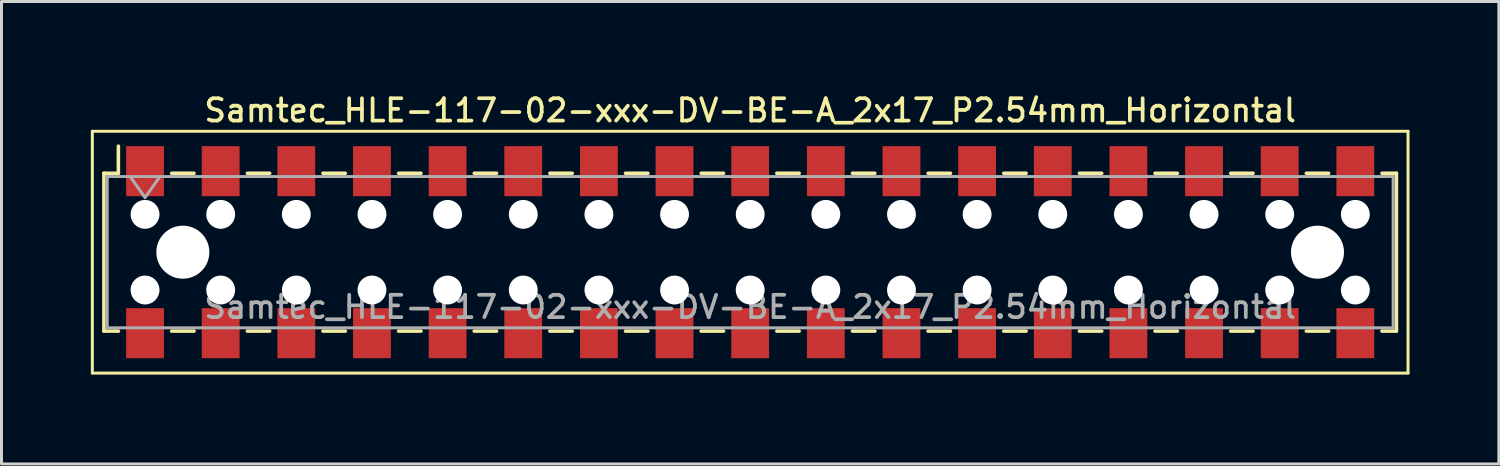
<source format=kicad_pcb>
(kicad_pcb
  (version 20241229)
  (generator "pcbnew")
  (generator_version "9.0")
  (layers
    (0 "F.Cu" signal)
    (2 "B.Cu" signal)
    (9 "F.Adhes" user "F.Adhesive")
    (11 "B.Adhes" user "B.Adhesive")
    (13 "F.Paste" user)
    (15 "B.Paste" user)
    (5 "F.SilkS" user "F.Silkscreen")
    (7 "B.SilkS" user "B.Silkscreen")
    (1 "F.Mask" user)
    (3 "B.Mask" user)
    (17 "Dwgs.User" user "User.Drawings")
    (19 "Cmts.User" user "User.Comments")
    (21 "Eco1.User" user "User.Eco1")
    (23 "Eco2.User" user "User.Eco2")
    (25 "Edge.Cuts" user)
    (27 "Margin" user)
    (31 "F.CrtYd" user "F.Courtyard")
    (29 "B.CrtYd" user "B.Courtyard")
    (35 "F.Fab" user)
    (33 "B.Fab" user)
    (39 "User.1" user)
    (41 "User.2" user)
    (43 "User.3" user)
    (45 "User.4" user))
  (footprint "Samtec_HLE-117-02-xxx-DV-BE-A_2x17_P2.54mm_Horizontal"
    (layer "F.Cu")
    (at 22.14 5.418)
    (property "Reference" "Samtec_HLE-117-02-xxx-DV-BE-A_2x17_P2.54mm_Horizontal" (at 0 -4.76 0) (layer "F.SilkS") (effects (font (size 0.75 0.75) (thickness 0.125))))
    (attr smd)
    (fp_line (start -22.09 -4.06) (end 22.09 -4.06) (stroke (width 0.1) (type solid)) (layer "F.SilkS"))
    (fp_line (start -22.09 4.06) (end -22.09 -4.06) (stroke (width 0.1) (type solid)) (layer "F.SilkS"))
    (fp_line (start -21.7 -2.65) (end -21.7 2.65) (stroke (width 0.12) (type solid)) (layer "F.SilkS"))
    (fp_line (start -21.7 2.65) (end -21.215 2.65) (stroke (width 0.12) (type solid)) (layer "F.SilkS"))
    (fp_line (start -21.215 -3.56) (end -21.215 -2.65) (stroke (width 0.12) (type solid)) (layer "F.SilkS"))
    (fp_line (start -21.215 -2.65) (end -21.7 -2.65) (stroke (width 0.12) (type solid)) (layer "F.SilkS"))
    (fp_line (start -19.425 -2.65) (end -18.675 -2.65) (stroke (width 0.12) (type solid)) (layer "F.SilkS"))
    (fp_line (start -19.425 2.65) (end -18.675 2.65) (stroke (width 0.12) (type solid)) (layer "F.SilkS"))
    (fp_line (start -16.885 -2.65) (end -16.135 -2.65) (stroke (width 0.12) (type solid)) (layer "F.SilkS"))
    (fp_line (start -16.885 2.65) (end -16.135 2.65) (stroke (width 0.12) (type solid)) (layer "F.SilkS"))
    (fp_line (start -14.345 -2.65) (end -13.595 -2.65) (stroke (width 0.12) (type solid)) (layer "F.SilkS"))
    (fp_line (start -14.345 2.65) (end -13.595 2.65) (stroke (width 0.12) (type solid)) (layer "F.SilkS"))
    (fp_line (start -11.805 -2.65) (end -11.055 -2.65) (stroke (width 0.12) (type solid)) (layer "F.SilkS"))
    (fp_line (start -11.805 2.65) (end -11.055 2.65) (stroke (width 0.12) (type solid)) (layer "F.SilkS"))
    (fp_line (start -9.265 -2.65) (end -8.515 -2.65) (stroke (width 0.12) (type solid)) (layer "F.SilkS"))
    (fp_line (start -9.265 2.65) (end -8.515 2.65) (stroke (width 0.12) (type solid)) (layer "F.SilkS"))
    (fp_line (start -6.725 -2.65) (end -5.975 -2.65) (stroke (width 0.12) (type solid)) (layer "F.SilkS"))
    (fp_line (start -6.725 2.65) (end -5.975 2.65) (stroke (width 0.12) (type solid)) (layer "F.SilkS"))
    (fp_line (start -4.185 -2.65) (end -3.435 -2.65) (stroke (width 0.12) (type solid)) (layer "F.SilkS"))
    (fp_line (start -4.185 2.65) (end -3.435 2.65) (stroke (width 0.12) (type solid)) (layer "F.SilkS"))
    (fp_line (start -1.645 -2.65) (end -0.895 -2.65) (stroke (width 0.12) (type solid)) (layer "F.SilkS"))
    (fp_line (start -1.645 2.65) (end -0.895 2.65) (stroke (width 0.12) (type solid)) (layer "F.SilkS"))
    (fp_line (start 0.895 -2.65) (end 1.645 -2.65) (stroke (width 0.12) (type solid)) (layer "F.SilkS"))
    (fp_line (start 0.895 2.65) (end 1.645 2.65) (stroke (width 0.12) (type solid)) (layer "F.SilkS"))
    (fp_line (start 3.435 -2.65) (end 4.185 -2.65) (stroke (width 0.12) (type solid)) (layer "F.SilkS"))
    (fp_line (start 3.435 2.65) (end 4.185 2.65) (stroke (width 0.12) (type solid)) (layer "F.SilkS"))
    (fp_line (start 5.975 -2.65) (end 6.725 -2.65) (stroke (width 0.12) (type solid)) (layer "F.SilkS"))
    (fp_line (start 5.975 2.65) (end 6.725 2.65) (stroke (width 0.12) (type solid)) (layer "F.SilkS"))
    (fp_line (start 8.515 -2.65) (end 9.265 -2.65) (stroke (width 0.12) (type solid)) (layer "F.SilkS"))
    (fp_line (start 8.515 2.65) (end 9.265 2.65) (stroke (width 0.12) (type solid)) (layer "F.SilkS"))
    (fp_line (start 11.055 -2.65) (end 11.805 -2.65) (stroke (width 0.12) (type solid)) (layer "F.SilkS"))
    (fp_line (start 11.055 2.65) (end 11.805 2.65) (stroke (width 0.12) (type solid)) (layer "F.SilkS"))
    (fp_line (start 13.595 -2.65) (end 14.345 -2.65) (stroke (width 0.12) (type solid)) (layer "F.SilkS"))
    (fp_line (start 13.595 2.65) (end 14.345 2.65) (stroke (width 0.12) (type solid)) (layer "F.SilkS"))
    (fp_line (start 16.135 -2.65) (end 16.885 -2.65) (stroke (width 0.12) (type solid)) (layer "F.SilkS"))
    (fp_line (start 16.135 2.65) (end 16.885 2.65) (stroke (width 0.12) (type solid)) (layer "F.SilkS"))
    (fp_line (start 18.675 -2.65) (end 19.425 -2.65) (stroke (width 0.12) (type solid)) (layer "F.SilkS"))
    (fp_line (start 18.675 2.65) (end 19.425 2.65) (stroke (width 0.12) (type solid)) (layer "F.SilkS"))
    (fp_line (start 21.215 -2.65) (end 21.7 -2.65) (stroke (width 0.12) (type solid)) (layer "F.SilkS"))
    (fp_line (start 21.7 -2.65) (end 21.7 2.65) (stroke (width 0.12) (type solid)) (layer "F.SilkS"))
    (fp_line (start 21.7 2.65) (end 21.215 2.65) (stroke (width 0.12) (type solid)) (layer "F.SilkS"))
    (fp_line (start 22.09 -4.06) (end 22.09 4.06) (stroke (width 0.1) (type solid)) (layer "F.SilkS"))
    (fp_line (start 22.09 4.06) (end -22.09 4.06) (stroke (width 0.1) (type solid)) (layer "F.SilkS"))
    (fp_line (start -21.59 -2.54) (end 21.59 -2.54) (stroke (width 0.1) (type solid)) (layer "F.Fab"))
    (fp_line (start -21.59 2.54) (end -21.59 -2.54) (stroke (width 0.1) (type solid)) (layer "F.Fab"))
    (fp_line (start -20.82 -2.54) (end -20.32 -1.833) (stroke (width 0.1) (type solid)) (layer "F.Fab"))
    (fp_line (start -20.32 -1.833) (end -19.82 -2.54) (stroke (width 0.1) (type solid)) (layer "F.Fab"))
    (fp_line (start 21.59 -2.54) (end 21.59 2.54) (stroke (width 0.1) (type solid)) (layer "F.Fab"))
    (fp_line (start 21.59 2.54) (end -21.59 2.54) (stroke (width 0.1) (type solid)) (layer "F.Fab"))
    (fp_text user "${REFERENCE}" (at 0 1.84 0) (layer "F.Fab") (effects (font (size 0.75 0.75) (thickness 0.125))))
    (pad "" np_thru_hole circle (at -20.32 -1.27) (size 0.97 0.97) (drill 0.97) (layers "*.Cu" "*.Mask"))
    (pad "" np_thru_hole circle (at -20.32 1.27) (size 0.97 0.97) (drill 0.97) (layers "*.Cu" "*.Mask"))
    (pad "" np_thru_hole circle (at -19.05 0) (size 1.78 1.78) (drill 1.78) (layers "*.Cu" "*.Mask"))
    (pad "" np_thru_hole circle (at -17.78 -1.27) (size 0.97 0.97) (drill 0.97) (layers "*.Cu" "*.Mask"))
    (pad "" np_thru_hole circle (at -17.78 1.27) (size 0.97 0.97) (drill 0.97) (layers "*.Cu" "*.Mask"))
    (pad "" np_thru_hole circle (at -15.24 -1.27) (size 0.97 0.97) (drill 0.97) (layers "*.Cu" "*.Mask"))
    (pad "" np_thru_hole circle (at -15.24 1.27) (size 0.97 0.97) (drill 0.97) (layers "*.Cu" "*.Mask"))
    (pad "" np_thru_hole circle (at -12.7 -1.27) (size 0.97 0.97) (drill 0.97) (layers "*.Cu" "*.Mask"))
    (pad "" np_thru_hole circle (at -12.7 1.27) (size 0.97 0.97) (drill 0.97) (layers "*.Cu" "*.Mask"))
    (pad "" np_thru_hole circle (at -10.16 -1.27) (size 0.97 0.97) (drill 0.97) (layers "*.Cu" "*.Mask"))
    (pad "" np_thru_hole circle (at -10.16 1.27) (size 0.97 0.97) (drill 0.97) (layers "*.Cu" "*.Mask"))
    (pad "" np_thru_hole circle (at -7.62 -1.27) (size 0.97 0.97) (drill 0.97) (layers "*.Cu" "*.Mask"))
    (pad "" np_thru_hole circle (at -7.62 1.27) (size 0.97 0.97) (drill 0.97) (layers "*.Cu" "*.Mask"))
    (pad "" np_thru_hole circle (at -5.08 -1.27) (size 0.97 0.97) (drill 0.97) (layers "*.Cu" "*.Mask"))
    (pad "" np_thru_hole circle (at -5.08 1.27) (size 0.97 0.97) (drill 0.97) (layers "*.Cu" "*.Mask"))
    (pad "" np_thru_hole circle (at -2.54 -1.27) (size 0.97 0.97) (drill 0.97) (layers "*.Cu" "*.Mask"))
    (pad "" np_thru_hole circle (at -2.54 1.27) (size 0.97 0.97) (drill 0.97) (layers "*.Cu" "*.Mask"))
    (pad "" np_thru_hole circle (at 0 -1.27) (size 0.97 0.97) (drill 0.97) (layers "*.Cu" "*.Mask"))
    (pad "" np_thru_hole circle (at 0 1.27) (size 0.97 0.97) (drill 0.97) (layers "*.Cu" "*.Mask"))
    (pad "" np_thru_hole circle (at 2.54 -1.27) (size 0.97 0.97) (drill 0.97) (layers "*.Cu" "*.Mask"))
    (pad "" np_thru_hole circle (at 2.54 1.27) (size 0.97 0.97) (drill 0.97) (layers "*.Cu" "*.Mask"))
    (pad "" np_thru_hole circle (at 5.08 -1.27) (size 0.97 0.97) (drill 0.97) (layers "*.Cu" "*.Mask"))
    (pad "" np_thru_hole circle (at 5.08 1.27) (size 0.97 0.97) (drill 0.97) (layers "*.Cu" "*.Mask"))
    (pad "" np_thru_hole circle (at 7.62 -1.27) (size 0.97 0.97) (drill 0.97) (layers "*.Cu" "*.Mask"))
    (pad "" np_thru_hole circle (at 7.62 1.27) (size 0.97 0.97) (drill 0.97) (layers "*.Cu" "*.Mask"))
    (pad "" np_thru_hole circle (at 10.16 -1.27) (size 0.97 0.97) (drill 0.97) (layers "*.Cu" "*.Mask"))
    (pad "" np_thru_hole circle (at 10.16 1.27) (size 0.97 0.97) (drill 0.97) (layers "*.Cu" "*.Mask"))
    (pad "" np_thru_hole circle (at 12.7 -1.27) (size 0.97 0.97) (drill 0.97) (layers "*.Cu" "*.Mask"))
    (pad "" np_thru_hole circle (at 12.7 1.27) (size 0.97 0.97) (drill 0.97) (layers "*.Cu" "*.Mask"))
    (pad "" np_thru_hole circle (at 15.24 -1.27) (size 0.97 0.97) (drill 0.97) (layers "*.Cu" "*.Mask"))
    (pad "" np_thru_hole circle (at 15.24 1.27) (size 0.97 0.97) (drill 0.97) (layers "*.Cu" "*.Mask"))
    (pad "" np_thru_hole circle (at 17.78 -1.27) (size 0.97 0.97) (drill 0.97) (layers "*.Cu" "*.Mask"))
    (pad "" np_thru_hole circle (at 17.78 1.27) (size 0.97 0.97) (drill 0.97) (layers "*.Cu" "*.Mask"))
    (pad "" np_thru_hole circle (at 19.05 0) (size 1.78 1.78) (drill 1.78) (layers "*.Cu" "*.Mask"))
    (pad "" np_thru_hole circle (at 20.32 -1.27) (size 0.97 0.97) (drill 0.97) (layers "*.Cu" "*.Mask"))
    (pad "" np_thru_hole circle (at 20.32 1.27) (size 0.97 0.97) (drill 0.97) (layers "*.Cu" "*.Mask"))
    (pad "1" smd rect (at -20.32 -2.72) (size 1.27 1.68) (layers "F.Cu" "F.Mask" "F.Paste"))
    (pad "2" smd rect (at -20.32 2.72) (size 1.27 1.68) (layers "F.Cu" "F.Mask" "F.Paste"))
    (pad "3" smd rect (at -17.78 -2.72) (size 1.27 1.68) (layers "F.Cu" "F.Mask" "F.Paste"))
    (pad "4" smd rect (at -17.78 2.72) (size 1.27 1.68) (layers "F.Cu" "F.Mask" "F.Paste"))
    (pad "5" smd rect (at -15.24 -2.72) (size 1.27 1.68) (layers "F.Cu" "F.Mask" "F.Paste"))
    (pad "6" smd rect (at -15.24 2.72) (size 1.27 1.68) (layers "F.Cu" "F.Mask" "F.Paste"))
    (pad "7" smd rect (at -12.7 -2.72) (size 1.27 1.68) (layers "F.Cu" "F.Mask" "F.Paste"))
    (pad "8" smd rect (at -12.7 2.72) (size 1.27 1.68) (layers "F.Cu" "F.Mask" "F.Paste"))
    (pad "9" smd rect (at -10.16 -2.72) (size 1.27 1.68) (layers "F.Cu" "F.Mask" "F.Paste"))
    (pad "10" smd rect (at -10.16 2.72) (size 1.27 1.68) (layers "F.Cu" "F.Mask" "F.Paste"))
    (pad "11" smd rect (at -7.62 -2.72) (size 1.27 1.68) (layers "F.Cu" "F.Mask" "F.Paste"))
    (pad "12" smd rect (at -7.62 2.72) (size 1.27 1.68) (layers "F.Cu" "F.Mask" "F.Paste"))
    (pad "13" smd rect (at -5.08 -2.72) (size 1.27 1.68) (layers "F.Cu" "F.Mask" "F.Paste"))
    (pad "14" smd rect (at -5.08 2.72) (size 1.27 1.68) (layers "F.Cu" "F.Mask" "F.Paste"))
    (pad "15" smd rect (at -2.54 -2.72) (size 1.27 1.68) (layers "F.Cu" "F.Mask" "F.Paste"))
    (pad "16" smd rect (at -2.54 2.72) (size 1.27 1.68) (layers "F.Cu" "F.Mask" "F.Paste"))
    (pad "17" smd rect (at 0 -2.72) (size 1.27 1.68) (layers "F.Cu" "F.Mask" "F.Paste"))
    (pad "18" smd rect (at 0 2.72) (size 1.27 1.68) (layers "F.Cu" "F.Mask" "F.Paste"))
    (pad "19" smd rect (at 2.54 -2.72) (size 1.27 1.68) (layers "F.Cu" "F.Mask" "F.Paste"))
    (pad "20" smd rect (at 2.54 2.72) (size 1.27 1.68) (layers "F.Cu" "F.Mask" "F.Paste"))
    (pad "21" smd rect (at 5.08 -2.72) (size 1.27 1.68) (layers "F.Cu" "F.Mask" "F.Paste"))
    (pad "22" smd rect (at 5.08 2.72) (size 1.27 1.68) (layers "F.Cu" "F.Mask" "F.Paste"))
    (pad "23" smd rect (at 7.62 -2.72) (size 1.27 1.68) (layers "F.Cu" "F.Mask" "F.Paste"))
    (pad "24" smd rect (at 7.62 2.72) (size 1.27 1.68) (layers "F.Cu" "F.Mask" "F.Paste"))
    (pad "25" smd rect (at 10.16 -2.72) (size 1.27 1.68) (layers "F.Cu" "F.Mask" "F.Paste"))
    (pad "26" smd rect (at 10.16 2.72) (size 1.27 1.68) (layers "F.Cu" "F.Mask" "F.Paste"))
    (pad "27" smd rect (at 12.7 -2.72) (size 1.27 1.68) (layers "F.Cu" "F.Mask" "F.Paste"))
    (pad "28" smd rect (at 12.7 2.72) (size 1.27 1.68) (layers "F.Cu" "F.Mask" "F.Paste"))
    (pad "29" smd rect (at 15.24 -2.72) (size 1.27 1.68) (layers "F.Cu" "F.Mask" "F.Paste"))
    (pad "30" smd rect (at 15.24 2.72) (size 1.27 1.68) (layers "F.Cu" "F.Mask" "F.Paste"))
    (pad "31" smd rect (at 17.78 -2.72) (size 1.27 1.68) (layers "F.Cu" "F.Mask" "F.Paste"))
    (pad "32" smd rect (at 17.78 2.72) (size 1.27 1.68) (layers "F.Cu" "F.Mask" "F.Paste"))
    (pad "33" smd rect (at 20.32 -2.72) (size 1.27 1.68) (layers "F.Cu" "F.Mask" "F.Paste"))
    (pad "34" smd rect (at 20.32 2.72) (size 1.27 1.68) (layers "F.Cu" "F.Mask" "F.Paste")))
  (gr_rect
    (start -3 -3)
    (end 47.28 12.528)
    (stroke (width 0.1) (type default))
    (fill no)
    (layer "Edge.Cuts")))
</source>
